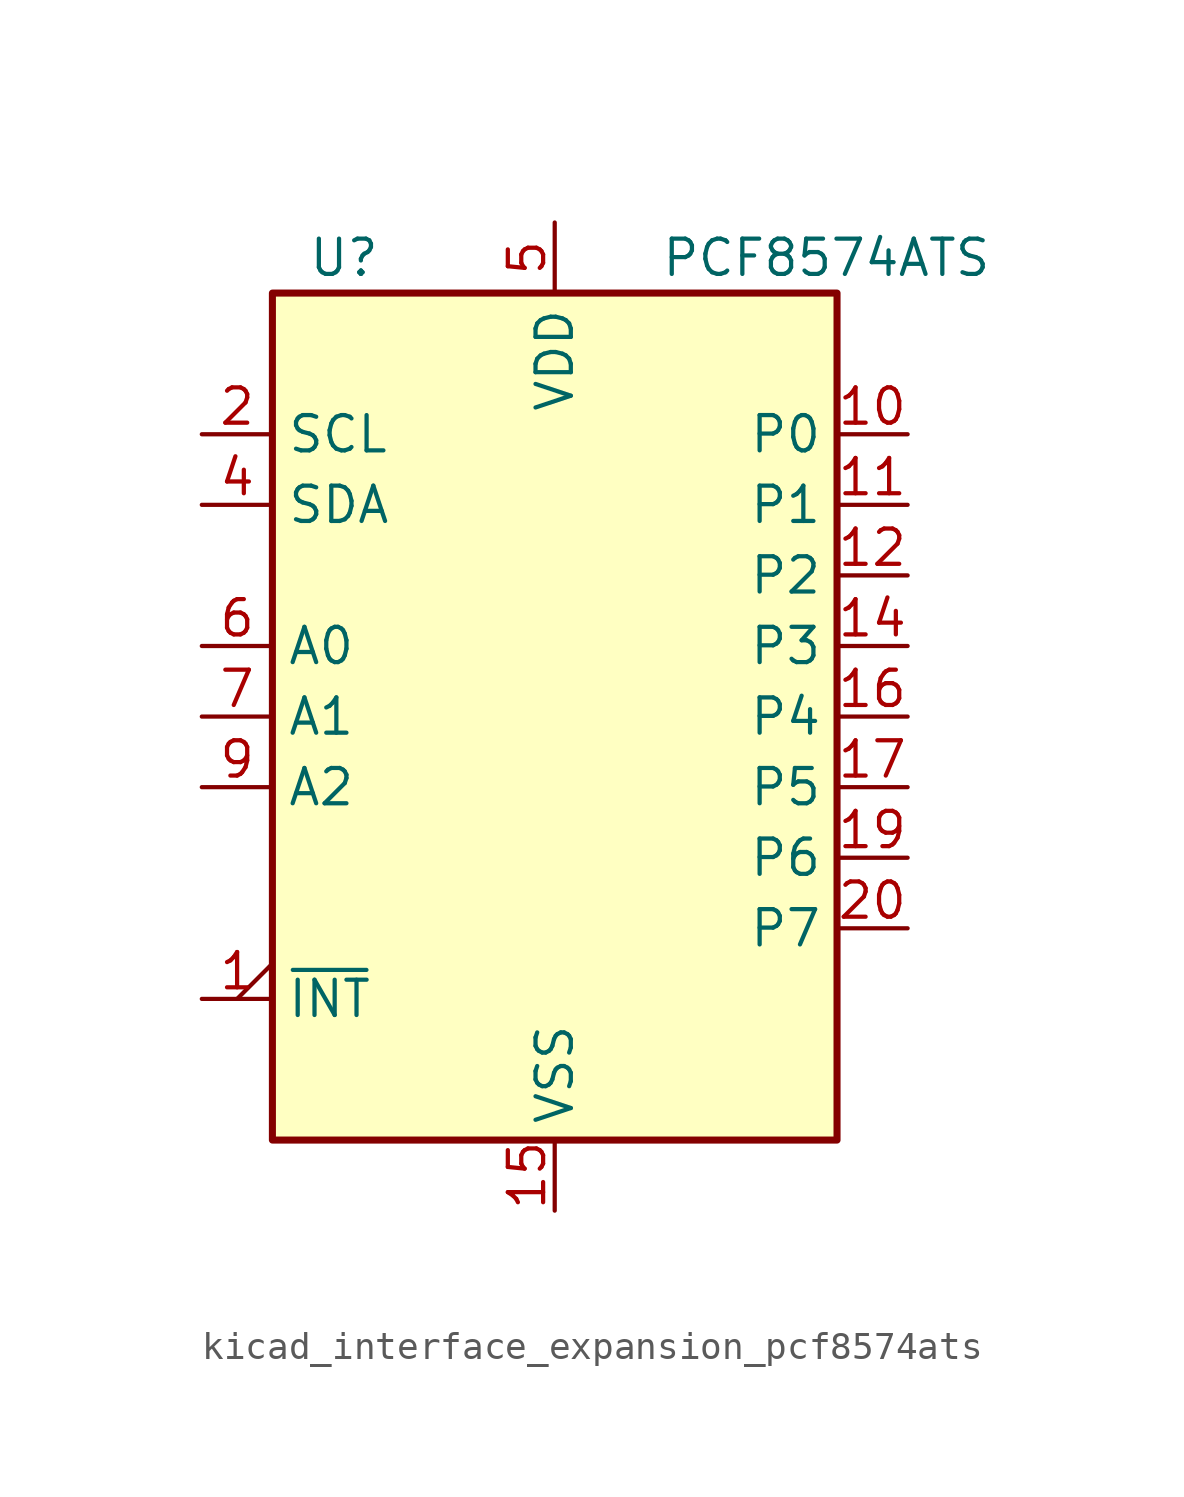
<source format=kicad_sym>
(kicad_symbol_lib
  (version 20220914)
  (generator kicad_symbol_editor)
  (symbol "kicad_interface_expansion_pcf8574ats"
    (property "Reference" "U"
      (at -8.89 16.51 0)
      (effects (font (size 1.27 1.27)) (justify left)))
    (property "Value" "PCF8574ATS"
      (at 3.81 16.51 0)
      (effects (font (size 1.27 1.27)) (justify left)))
    (symbol "kicad_interface_expansion_pcf8574ats_0_1"
      (rectangle (start -10.16 15.24) (end 10.16 -15.24) (stroke (width 0.254) (type default)) (fill (type background))))
    (symbol "kicad_interface_expansion_pcf8574ats_1_1"
      (pin open_collector output_low (at -12.7 -10.16 0) (length 2.54) (name "~{INT}" (effects (font (size 1.27 1.27)))) (number "1" (effects (font (size 1.27 1.27)))))
      (pin bidirectional line (at 12.7 10.16 180) (length 2.54) (name "P0" (effects (font (size 1.27 1.27)))) (number "10" (effects (font (size 1.27 1.27)))))
      (pin bidirectional line (at 12.7 7.62 180) (length 2.54) (name "P1" (effects (font (size 1.27 1.27)))) (number "11" (effects (font (size 1.27 1.27)))))
      (pin bidirectional line (at 12.7 5.08 180) (length 2.54) (name "P2" (effects (font (size 1.27 1.27)))) (number "12" (effects (font (size 1.27 1.27)))))
      (pin no_connect line (at -10.16 -5.08 0) (length 2.54) hide (name "NC" (effects (font (size 1.27 1.27)))) (number "13" (effects (font (size 1.27 1.27)))))
      (pin bidirectional line (at 12.7 2.54 180) (length 2.54) (name "P3" (effects (font (size 1.27 1.27)))) (number "14" (effects (font (size 1.27 1.27)))))
      (pin power_in line (at 0 -17.78 90) (length 2.54) (name "VSS" (effects (font (size 1.27 1.27)))) (number "15" (effects (font (size 1.27 1.27)))))
      (pin bidirectional line (at 12.7 0 180) (length 2.54) (name "P4" (effects (font (size 1.27 1.27)))) (number "16" (effects (font (size 1.27 1.27)))))
      (pin bidirectional line (at 12.7 -2.54 180) (length 2.54) (name "P5" (effects (font (size 1.27 1.27)))) (number "17" (effects (font (size 1.27 1.27)))))
      (pin no_connect line (at -10.16 -7.62 0) (length 2.54) hide (name "NC" (effects (font (size 1.27 1.27)))) (number "18" (effects (font (size 1.27 1.27)))))
      (pin bidirectional line (at 12.7 -5.08 180) (length 2.54) (name "P6" (effects (font (size 1.27 1.27)))) (number "19" (effects (font (size 1.27 1.27)))))
      (pin input line (at -12.7 10.16 0) (length 2.54) (name "SCL" (effects (font (size 1.27 1.27)))) (number "2" (effects (font (size 1.27 1.27)))))
      (pin bidirectional line (at 12.7 -7.62 180) (length 2.54) (name "P7" (effects (font (size 1.27 1.27)))) (number "20" (effects (font (size 1.27 1.27)))))
      (pin no_connect line (at 10.16 -10.16 180) (length 2.54) hide (name "NC" (effects (font (size 1.27 1.27)))) (number "3" (effects (font (size 1.27 1.27)))))
      (pin bidirectional line (at -12.7 7.62 0) (length 2.54) (name "SDA" (effects (font (size 1.27 1.27)))) (number "4" (effects (font (size 1.27 1.27)))))
      (pin power_in line (at 0 17.78 270) (length 2.54) (name "VDD" (effects (font (size 1.27 1.27)))) (number "5" (effects (font (size 1.27 1.27)))))
      (pin input line (at -12.7 2.54 0) (length 2.54) (name "A0" (effects (font (size 1.27 1.27)))) (number "6" (effects (font (size 1.27 1.27)))))
      (pin input line (at -12.7 0 0) (length 2.54) (name "A1" (effects (font (size 1.27 1.27)))) (number "7" (effects (font (size 1.27 1.27)))))
      (pin no_connect line (at 10.16 -12.7 180) (length 2.54) hide (name "NC" (effects (font (size 1.27 1.27)))) (number "8" (effects (font (size 1.27 1.27)))))
      (pin input line (at -12.7 -2.54 0) (length 2.54) (name "A2" (effects (font (size 1.27 1.27)))) (number "9" (effects (font (size 1.27 1.27))))))))
</source>
